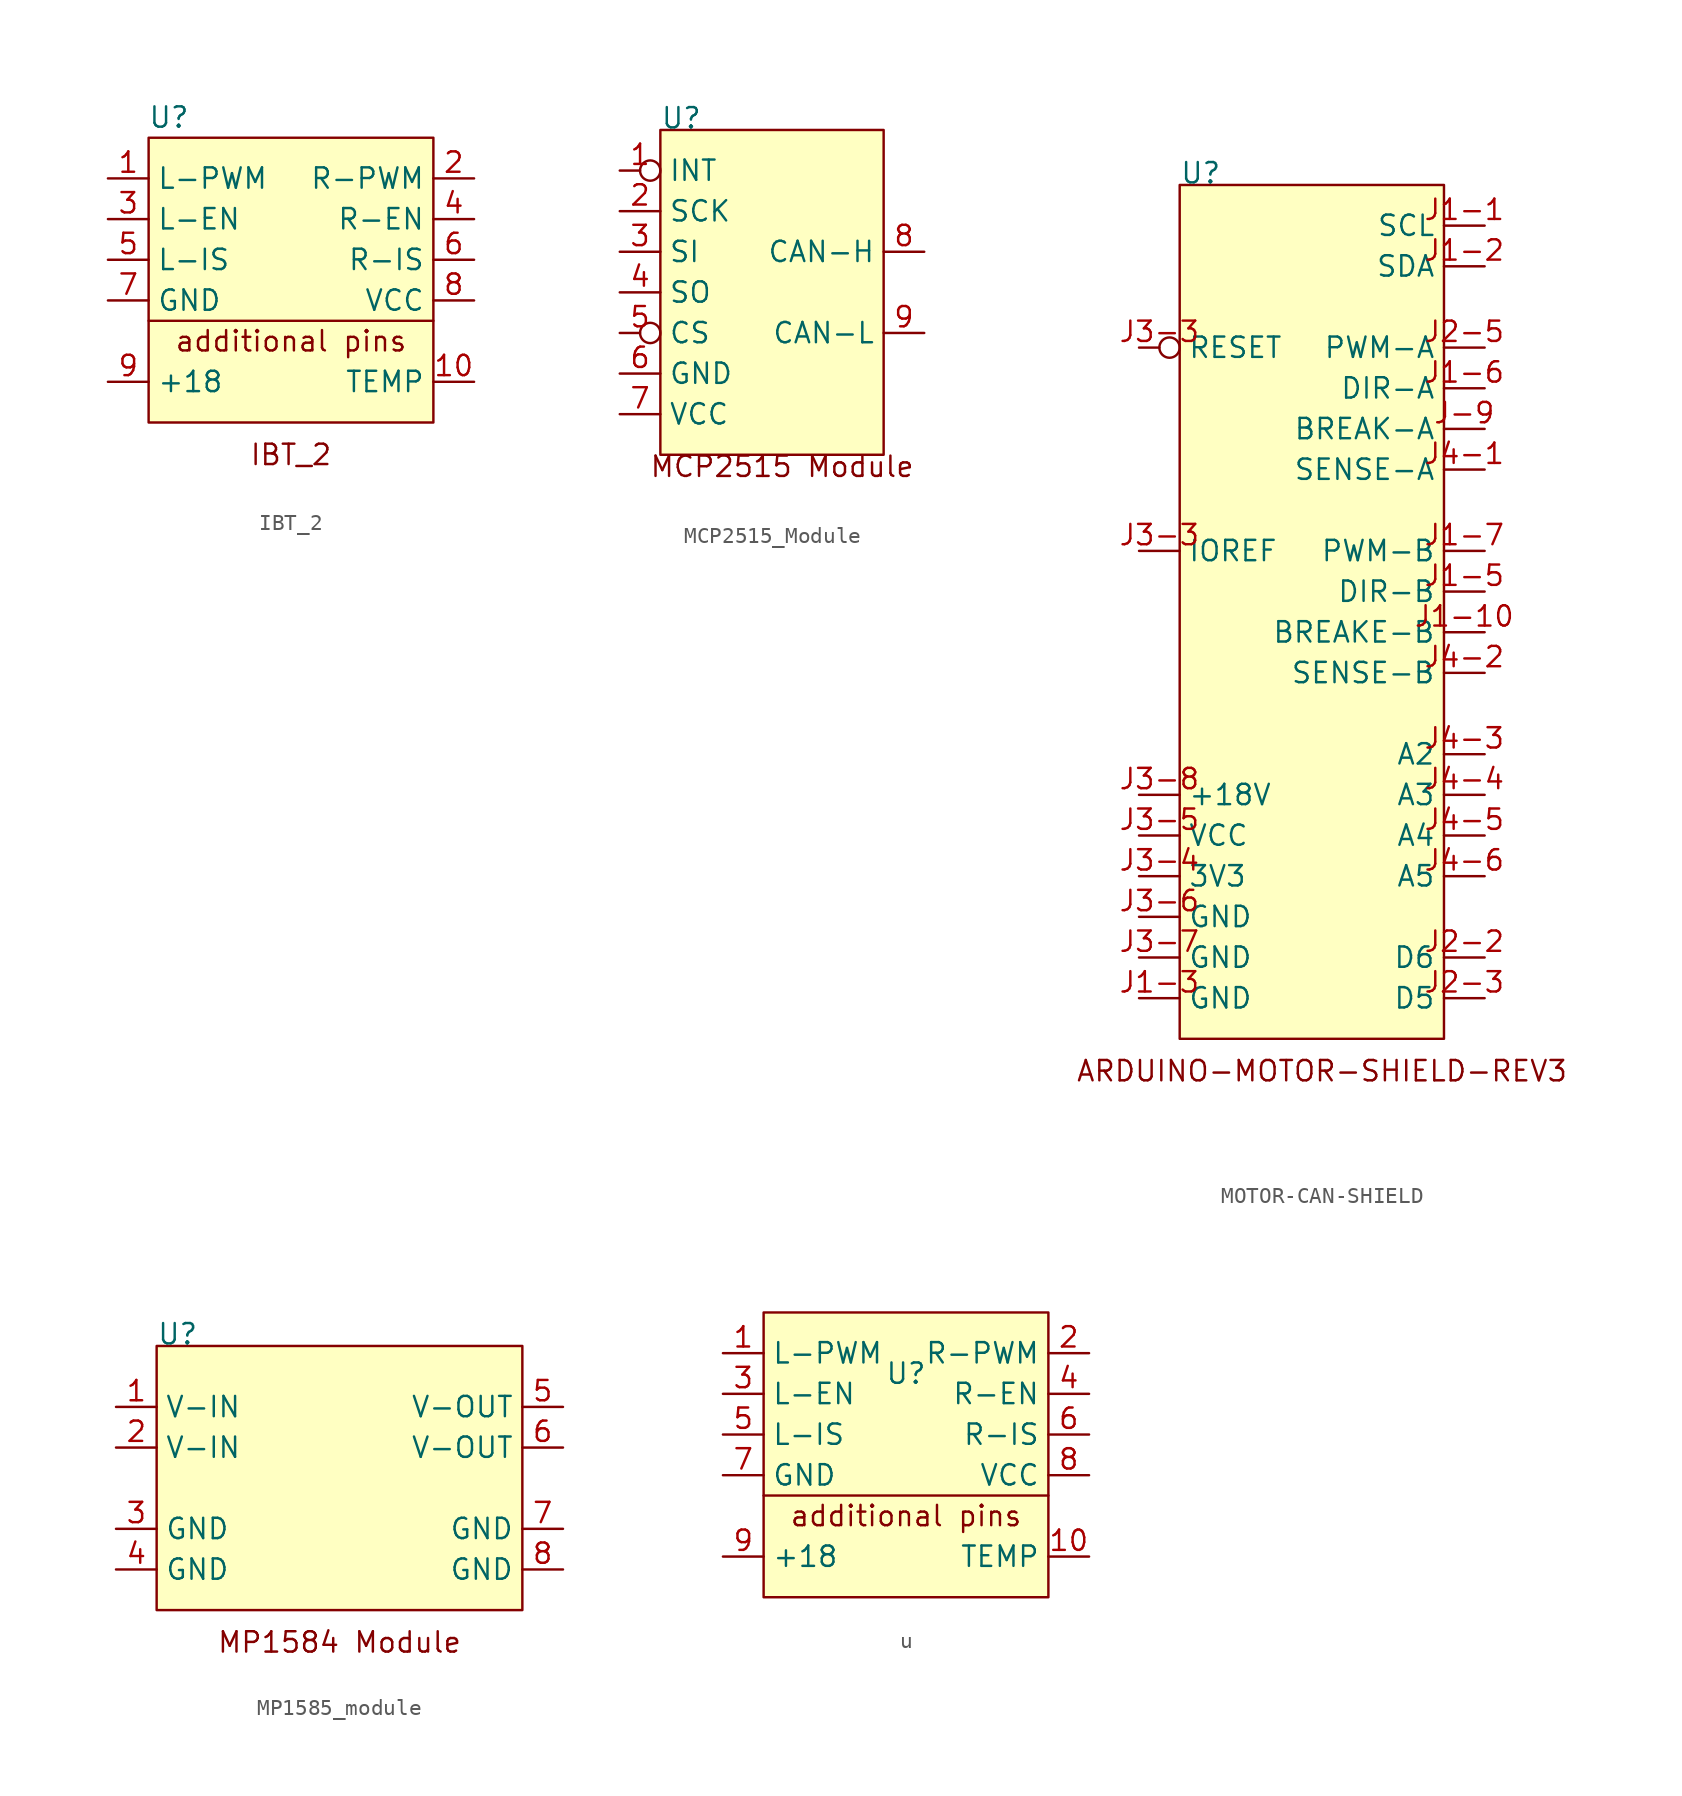
<source format=kicad_sym>
(kicad_symbol_lib
  (version 20231120)
  (generator "kicad_symbol_editor")
  (generator_version "8.0")
  (symbol "IBT_2"
    (property "Reference" "U"
      (at -7.62 8.89 0)
      (effects (font (size 1.27 1.27))))
    (property "Value" ""
      (at 0 3.81 0)
      (effects (font (size 1.27 1.27))))
    (symbol "IBT_2_0_1"
      (rectangle (start -8.89 7.62) (end 8.89 -10.16) (stroke (width 0) (type default)) (fill (type background)))
      (polyline (pts (xy -8.89 -3.81) (xy 8.89 -3.81)) (stroke (width 0) (type default)) (fill (type none))))
    (symbol "IBT_2_1_1"
      (text "additional pins" (at 0 -5.08 0) (effects (font (size 1.27 1.27))))
      (text "IBT_2" (at 0 -11.43 0) (effects (font (size 1.27 1.27)) (justify top)))
      (pin input line (at -11.43 5.08 0) (length 2.54) (name "L-PWM" (effects (font (size 1.27 1.27)))) (number "1" (effects (font (size 1.27 1.27)))))
      (pin power_out line (at 11.43 -7.62 180) (length 2.54) (name "TEMP" (effects (font (size 1.27 1.27)))) (number "10" (effects (font (size 1.27 1.27)))))
      (pin input line (at 11.43 5.08 180) (length 2.54) (name "R-PWM" (effects (font (size 1.27 1.27)))) (number "2" (effects (font (size 1.27 1.27)))))
      (pin input line (at -11.43 2.54 0) (length 2.54) (name "L-EN" (effects (font (size 1.27 1.27)))) (number "3" (effects (font (size 1.27 1.27)))))
      (pin input line (at 11.43 2.54 180) (length 2.54) (name "R-EN" (effects (font (size 1.27 1.27)))) (number "4" (effects (font (size 1.27 1.27)))))
      (pin output line (at -11.43 0 0) (length 2.54) (name "L-IS" (effects (font (size 1.27 1.27)))) (number "5" (effects (font (size 1.27 1.27)))))
      (pin output line (at 11.43 0 180) (length 2.54) (name "R-IS" (effects (font (size 1.27 1.27)))) (number "6" (effects (font (size 1.27 1.27)))))
      (pin power_out line (at -11.43 -2.54 0) (length 2.54) (name "GND" (effects (font (size 1.27 1.27)))) (number "7" (effects (font (size 1.27 1.27)))))
      (pin power_in line (at 11.43 -2.54 180) (length 2.54) (name "VCC" (effects (font (size 1.27 1.27)))) (number "8" (effects (font (size 1.27 1.27)))))
      (pin power_out line (at -11.43 -7.62 0) (length 2.54) (name "+18" (effects (font (size 1.27 1.27)))) (number "9" (effects (font (size 1.27 1.27)))))))
  (symbol "MCP2515_Module"
    (property "Reference" "U"
      (at -7.62 5.08 0)
      (effects (font (size 1.27 1.27)) (justify left bottom)))
    (property "Value" ""
      (at 0 0 0)
      (effects (font (size 1.27 1.27))))
    (symbol "MCP2515_Module_0_1"
      (polyline (pts (xy -7.62 5.08) (xy -7.62 -15.24) (xy 6.35 -15.24) (xy 6.35 5.08) (xy -7.62 5.08)) (stroke (width 0) (type default)) (fill (type background))))
    (symbol "MCP2515_Module_1_1"
      (text "MCP2515 Module" (at 0 -15.24 0) (effects (font (size 1.27 1.27)) (justify top)))
      (pin output inverted (at -10.16 2.54 0) (length 2.54) (name "INT" (effects (font (size 1.27 1.27)))) (number "1" (effects (font (size 1.27 1.27)))))
      (pin input line (at -10.16 0 0) (length 2.54) (name "SCK" (effects (font (size 1.27 1.27)))) (number "2" (effects (font (size 1.27 1.27)))))
      (pin input line (at -10.16 -2.54 0) (length 2.54) (name "SI" (effects (font (size 1.27 1.27)))) (number "3" (effects (font (size 1.27 1.27)))))
      (pin output line (at -10.16 -5.08 0) (length 2.54) (name "SO" (effects (font (size 1.27 1.27)))) (number "4" (effects (font (size 1.27 1.27)))))
      (pin input inverted (at -10.16 -7.62 0) (length 2.54) (name "CS" (effects (font (size 1.27 1.27)))) (number "5" (effects (font (size 1.27 1.27)))))
      (pin input line (at -10.16 -10.16 0) (length 2.54) (name "GND" (effects (font (size 1.27 1.27)))) (number "6" (effects (font (size 1.27 1.27)))))
      (pin input line (at -10.16 -12.7 0) (length 2.54) (name "VCC" (effects (font (size 1.27 1.27)))) (number "7" (effects (font (size 1.27 1.27)))))
      (pin bidirectional line (at 8.89 -2.54 180) (length 2.54) (name "CAN-H" (effects (font (size 1.27 1.27)))) (number "8" (effects (font (size 1.27 1.27)))))
      (pin bidirectional line (at 8.89 -7.62 180) (length 2.54) (name "CAN-L" (effects (font (size 1.27 1.27)))) (number "9" (effects (font (size 1.27 1.27)))))))
  (symbol "MOTOR-CAN-SHIELD"
    (property "Reference" "U"
      (at -2.54 25.4 0)
      (effects (font (size 1.27 1.27)) (justify left bottom)))
    (property "Value" ""
      (at 0 0 0)
      (effects (font (size 1.27 1.27))))
    (symbol "MOTOR-CAN-SHIELD_1_1"
      (rectangle (start -2.54 25.4) (end 13.97 -27.94) (stroke (width 0) (type default)) (fill (type background)))
      (text "ARDUINO-MOTOR-SHIELD-REV3" (at 6.35 -29.21 0) (effects (font (size 1.27 1.27)) (justify top)))
      (pin input line (at 16.51 10.16 180) (length 2.54) (name "BREAK-A" (effects (font (size 1.27 1.27)))) (number "J-9" (effects (font (size 1.27 1.27)))))
      (pin input line (at 16.51 22.86 180) (length 2.54) (name "SCL" (effects (font (size 1.27 1.27)))) (number "J1-1" (effects (font (size 1.27 1.27)))))
      (pin input line (at 16.51 -2.54 180) (length 2.54) (name "BREAKE-B" (effects (font (size 1.27 1.27)))) (number "J1-10" (effects (font (size 1.27 1.27)))))
      (pin bidirectional line (at 16.51 20.32 180) (length 2.54) (name "SDA" (effects (font (size 1.27 1.27)))) (number "J1-2" (effects (font (size 1.27 1.27)))))
      (pin power_in line (at -5.08 -25.4 0) (length 2.54) (name "GND" (effects (font (size 1.27 1.27)))) (number "J1-3" (effects (font (size 1.27 1.27)))))
      (pin input line (at 16.51 0 180) (length 2.54) (name "DIR-B" (effects (font (size 1.27 1.27)))) (number "J1-5" (effects (font (size 1.27 1.27)))))
      (pin input line (at 16.51 12.7 180) (length 2.54) (name "DIR-A" (effects (font (size 1.27 1.27)))) (number "J1-6" (effects (font (size 1.27 1.27)))))
      (pin input line (at 16.51 2.54 180) (length 2.54) (name "PWM-B" (effects (font (size 1.27 1.27)))) (number "J1-7" (effects (font (size 1.27 1.27)))))
      (pin bidirectional line (at 16.51 -22.86 180) (length 2.54) (name "D6" (effects (font (size 1.27 1.27)))) (number "J2-2" (effects (font (size 1.27 1.27)))))
      (pin bidirectional line (at 16.51 -25.4 180) (length 2.54) (name "D5" (effects (font (size 1.27 1.27)))) (number "J2-3" (effects (font (size 1.27 1.27)))))
      (pin input line (at 16.51 15.24 180) (length 2.54) (name "PWM-A" (effects (font (size 1.27 1.27)))) (number "J2-5" (effects (font (size 1.27 1.27)))))
      (pin input line (at -5.08 2.54 0) (length 2.54) (name "IOREF" (effects (font (size 1.27 1.27)))) (number "J3-3" (effects (font (size 1.27 1.27)))))
      (pin output inverted (at -5.08 15.24 0) (length 2.54) (name "RESET" (effects (font (size 1.27 1.27)))) (number "J3-3" (effects (font (size 1.27 1.27)))))
      (pin power_in line (at -5.08 -17.78 0) (length 2.54) (name "3V3" (effects (font (size 1.27 1.27)))) (number "J3-4" (effects (font (size 1.27 1.27)))))
      (pin power_in line (at -5.08 -15.24 0) (length 2.54) (name "VCC" (effects (font (size 1.27 1.27)))) (number "J3-5" (effects (font (size 1.27 1.27)))))
      (pin power_in line (at -5.08 -20.32 0) (length 2.54) (name "GND" (effects (font (size 1.27 1.27)))) (number "J3-6" (effects (font (size 1.27 1.27)))))
      (pin power_in line (at -5.08 -22.86 0) (length 2.54) (name "GND" (effects (font (size 1.27 1.27)))) (number "J3-7" (effects (font (size 1.27 1.27)))))
      (pin power_out line (at -5.08 -12.7 0) (length 2.54) (name "+18V" (effects (font (size 1.27 1.27)))) (number "J3-8" (effects (font (size 1.27 1.27)))))
      (pin output line (at 16.51 7.62 180) (length 2.54) (name "SENSE-A" (effects (font (size 1.27 1.27)))) (number "J4-1" (effects (font (size 1.27 1.27)))))
      (pin output line (at 16.51 -5.08 180) (length 2.54) (name "SENSE-B" (effects (font (size 1.27 1.27)))) (number "J4-2" (effects (font (size 1.27 1.27)))))
      (pin output line (at 16.51 -10.16 180) (length 2.54) (name "A2" (effects (font (size 1.27 1.27)))) (number "J4-3" (effects (font (size 1.27 1.27)))))
      (pin output line (at 16.51 -12.7 180) (length 2.54) (name "A3" (effects (font (size 1.27 1.27)))) (number "J4-4" (effects (font (size 1.27 1.27)))))
      (pin output line (at 16.51 -15.24 180) (length 2.54) (name "A4" (effects (font (size 1.27 1.27)))) (number "J4-5" (effects (font (size 1.27 1.27)))))
      (pin output line (at 16.51 -17.78 180) (length 2.54) (name "A5" (effects (font (size 1.27 1.27)))) (number "J4-6" (effects (font (size 1.27 1.27)))))))
  (symbol "MP1585_module"
    (property "Reference" "U"
      (at -11.43 8.89 0)
      (effects (font (size 1.27 1.27)) (justify left bottom)))
    (property "Value" ""
      (at 0 0 0)
      (effects (font (size 1.27 1.27))))
    (symbol "MP1585_module_0_1"
      (rectangle (start -11.43 8.89) (end 11.43 -7.62) (stroke (width 0) (type default)) (fill (type background))))
    (symbol "MP1585_module_1_1"
      (text "MP1584 Module" (at 0 -8.89 0) (effects (font (size 1.27 1.27)) (justify top)))
      (pin power_in line (at -13.97 5.08 0) (length 2.54) (name "V-IN" (effects (font (size 1.27 1.27)))) (number "1" (effects (font (size 1.27 1.27)))))
      (pin power_in line (at -13.97 2.54 0) (length 2.54) (name "V-IN" (effects (font (size 1.27 1.27)))) (number "2" (effects (font (size 1.27 1.27)))))
      (pin power_in line (at -13.97 -2.54 0) (length 2.54) (name "GND" (effects (font (size 1.27 1.27)))) (number "3" (effects (font (size 1.27 1.27)))))
      (pin power_in line (at -13.97 -5.08 0) (length 2.54) (name "GND" (effects (font (size 1.27 1.27)))) (number "4" (effects (font (size 1.27 1.27)))))
      (pin power_in line (at 13.97 5.08 180) (length 2.54) (name "V-OUT" (effects (font (size 1.27 1.27)))) (number "5" (effects (font (size 1.27 1.27)))))
      (pin power_out line (at 13.97 2.54 180) (length 2.54) (name "V-OUT" (effects (font (size 1.27 1.27)))) (number "6" (effects (font (size 1.27 1.27)))))
      (pin power_out line (at 13.97 -2.54 180) (length 2.54) (name "GND" (effects (font (size 1.27 1.27)))) (number "7" (effects (font (size 1.27 1.27)))))
      (pin power_out line (at 13.97 -5.08 180) (length 2.54) (name "GND" (effects (font (size 1.27 1.27)))) (number "8" (effects (font (size 1.27 1.27)))))))
  (symbol "u"
    (property "Reference" "U"
      (at 0 0 0)
      (effects (font (size 1.27 1.27))))
    (property "Value" ""
      (at 0 0 0)
      (effects (font (size 1.27 1.27))))
    (symbol "u_0_1"
      (polyline (pts (xy -8.89 -7.62) (xy 8.89 -7.62)) (stroke (width 0) (type default)) (fill (type none))))
    (symbol "u_1_1"
      (rectangle (start -8.89 3.81) (end 8.89 -13.97) (stroke (width 0) (type default)) (fill (type background)))
      (text "additional pins" (at 0 -8.89 0) (effects (font (size 1.27 1.27))))
      (pin input line (at -11.43 1.27 0) (length 2.54) (name "L-PWM" (effects (font (size 1.27 1.27)))) (number "1" (effects (font (size 1.27 1.27)))))
      (pin power_out line (at 11.43 -11.43 180) (length 2.54) (name "TEMP" (effects (font (size 1.27 1.27)))) (number "10" (effects (font (size 1.27 1.27)))))
      (pin input line (at 11.43 1.27 180) (length 2.54) (name "R-PWM" (effects (font (size 1.27 1.27)))) (number "2" (effects (font (size 1.27 1.27)))))
      (pin input line (at -11.43 -1.27 0) (length 2.54) (name "L-EN" (effects (font (size 1.27 1.27)))) (number "3" (effects (font (size 1.27 1.27)))))
      (pin input line (at 11.43 -1.27 180) (length 2.54) (name "R-EN" (effects (font (size 1.27 1.27)))) (number "4" (effects (font (size 1.27 1.27)))))
      (pin output line (at -11.43 -3.81 0) (length 2.54) (name "L-IS" (effects (font (size 1.27 1.27)))) (number "5" (effects (font (size 1.27 1.27)))))
      (pin output line (at 11.43 -3.81 180) (length 2.54) (name "R-IS" (effects (font (size 1.27 1.27)))) (number "6" (effects (font (size 1.27 1.27)))))
      (pin power_out line (at -11.43 -6.35 0) (length 2.54) (name "GND" (effects (font (size 1.27 1.27)))) (number "7" (effects (font (size 1.27 1.27)))))
      (pin power_in line (at 11.43 -6.35 180) (length 2.54) (name "VCC" (effects (font (size 1.27 1.27)))) (number "8" (effects (font (size 1.27 1.27)))))
      (pin power_out line (at -11.43 -11.43 0) (length 2.54) (name "+18" (effects (font (size 1.27 1.27)))) (number "9" (effects (font (size 1.27 1.27))))))))
</source>
